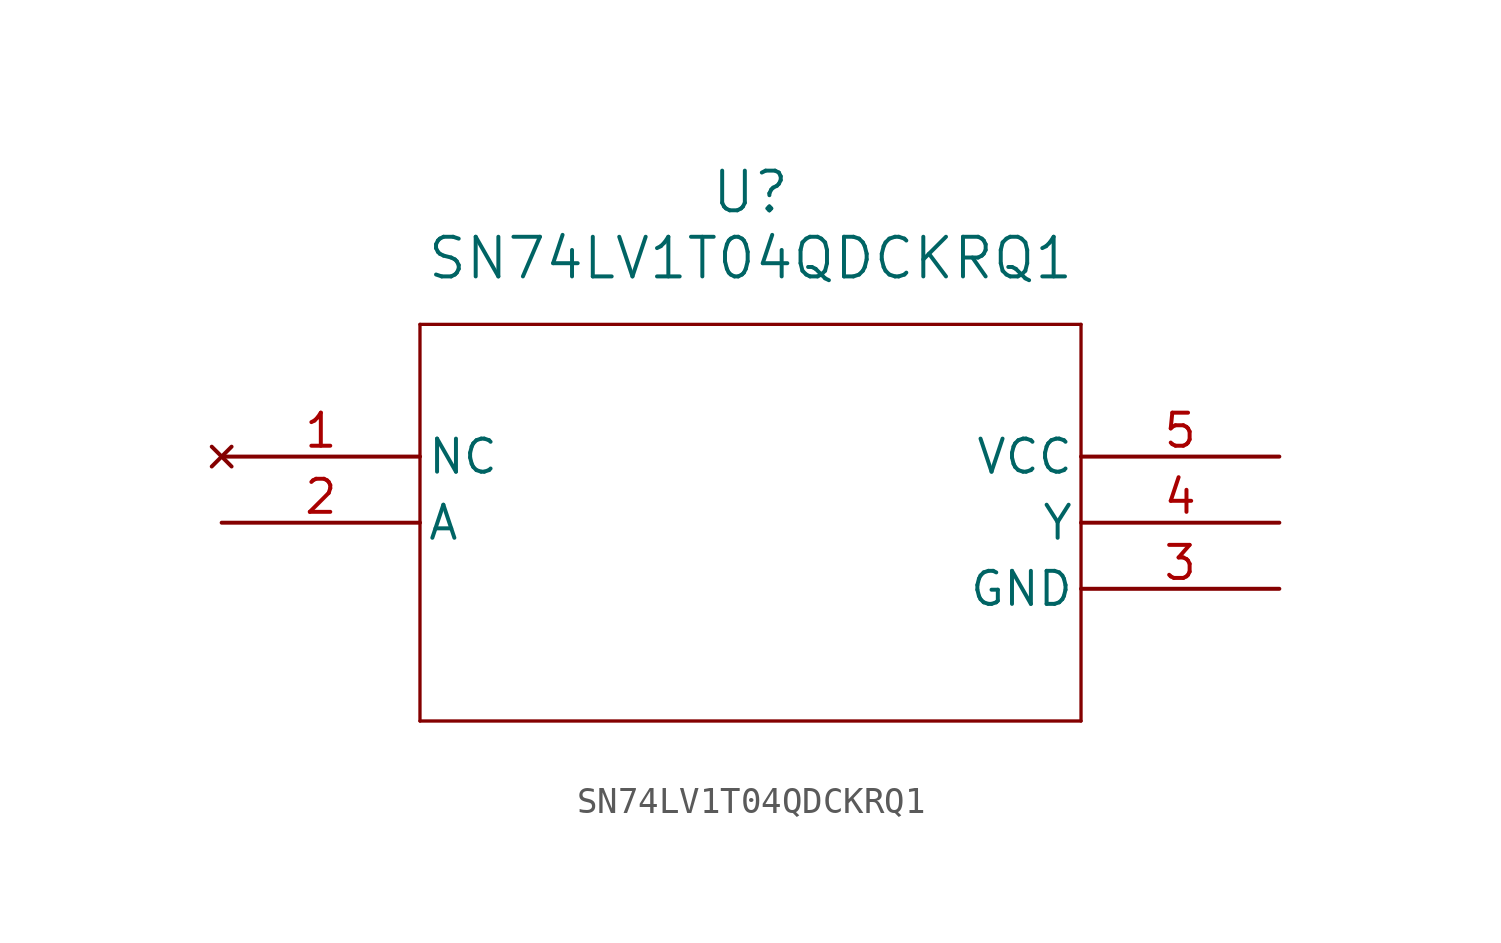
<source format=kicad_sym>
(kicad_symbol_lib
  (version 20211014)
  (generator kicad_symbol_editor)
  (symbol "SN74LV1T04QDCKRQ1"
    (pin_names
      (offset 0.254))
    (property "Reference" "U"
      (at 20.32 10.16 0)
      (effects (font (size 1.524 1.524))))
    (property "Value" "SN74LV1T04QDCKRQ1"
      (at 20.32 7.62 0)
      (effects (font (size 1.524 1.524))))
    (symbol "SN74LV1T04QDCKRQ1_0_1"
      (polyline (pts (xy 7.62 5.08) (xy 7.62 -10.16)) (stroke (width 0.127) (type default) (color 0 0 0 0)) (fill (type none)))
      (polyline (pts (xy 7.62 -10.16) (xy 33.02 -10.16)) (stroke (width 0.127) (type default) (color 0 0 0 0)) (fill (type none)))
      (polyline (pts (xy 33.02 -10.16) (xy 33.02 5.08)) (stroke (width 0.127) (type default) (color 0 0 0 0)) (fill (type none)))
      (polyline (pts (xy 33.02 5.08) (xy 7.62 5.08)) (stroke (width 0.127) (type default) (color 0 0 0 0)) (fill (type none)))
      (pin no_connect line (at 0 0 0) (length 7.62) (name "NC" (effects (font (size 1.27 1.27)))) (number "1" (effects (font (size 1.27 1.27)))))
      (pin input line (at 0 -2.54 0) (length 7.62) (name "A" (effects (font (size 1.27 1.27)))) (number "2" (effects (font (size 1.27 1.27)))))
      (pin power_out line (at 40.64 -5.08 180) (length 7.62) (name "GND" (effects (font (size 1.27 1.27)))) (number "3" (effects (font (size 1.27 1.27)))))
      (pin output line (at 40.64 -2.54 180) (length 7.62) (name "Y" (effects (font (size 1.27 1.27)))) (number "4" (effects (font (size 1.27 1.27)))))
      (pin power_in line (at 40.64 0 180) (length 7.62) (name "VCC" (effects (font (size 1.27 1.27)))) (number "5" (effects (font (size 1.27 1.27))))))))
</source>
